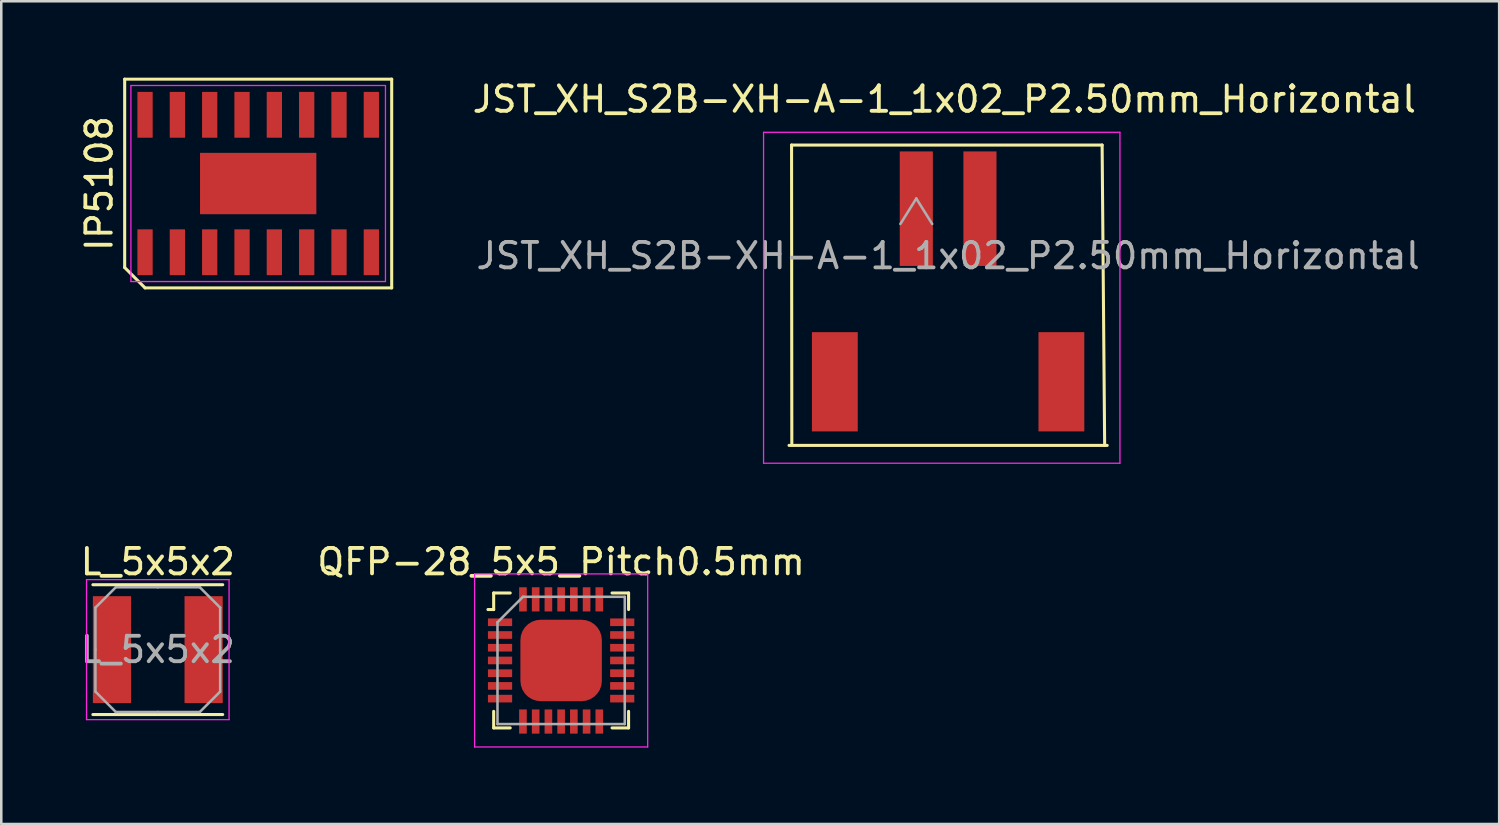
<source format=kicad_pcb>
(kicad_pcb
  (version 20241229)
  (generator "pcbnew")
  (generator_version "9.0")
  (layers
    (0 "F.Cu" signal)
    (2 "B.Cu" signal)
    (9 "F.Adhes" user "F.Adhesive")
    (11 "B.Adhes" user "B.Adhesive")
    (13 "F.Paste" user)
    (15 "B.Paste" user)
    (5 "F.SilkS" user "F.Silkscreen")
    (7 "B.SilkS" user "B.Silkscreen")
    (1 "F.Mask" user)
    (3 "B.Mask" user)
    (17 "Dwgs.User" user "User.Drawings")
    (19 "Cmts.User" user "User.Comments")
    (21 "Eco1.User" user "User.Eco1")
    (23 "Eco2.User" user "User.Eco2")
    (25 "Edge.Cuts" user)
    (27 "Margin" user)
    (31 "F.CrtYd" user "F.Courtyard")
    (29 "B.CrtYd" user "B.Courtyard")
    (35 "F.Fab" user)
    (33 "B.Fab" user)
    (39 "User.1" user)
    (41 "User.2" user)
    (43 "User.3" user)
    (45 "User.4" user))
  (footprint "JST_XH_S2B-XH-A-1_1x02_P2.50mm_Horizontal"
    (layer "F.Cu")
    (at 32.947 5.148)
    (property "Reference" "JST_XH_S2B-XH-A-1_1x02_P2.50mm_Horizontal" (at 1.1 -4.3 180) (layer "F.SilkS") (effects (font (size 1 1) (thickness 0.15))))
    (attr through_hole)
    (fp_line (start -5 9.3) (end 7.5 9.3) (stroke (width 0.12) (type solid)) (layer "F.SilkS"))
    (fp_line (start -4.89 9.22) (end -4.9 -2.5) (stroke (width 0.12) (type solid)) (layer "F.SilkS"))
    (fp_line (start 7.3 -2.5) (end -4.9 -2.5) (stroke (width 0.12) (type solid)) (layer "F.SilkS"))
    (fp_line (start 7.4 9.3) (end 7.3 -2.5) (stroke (width 0.12) (type solid)) (layer "F.SilkS"))
    (fp_line (start -6 -3) (end -6 10) (stroke (width 0.05) (type solid)) (layer "F.CrtYd"))
    (fp_line (start -6 10) (end 8 10) (stroke (width 0.05) (type solid)) (layer "F.CrtYd"))
    (fp_line (start 8 -3) (end -6 -3) (stroke (width 0.05) (type solid)) (layer "F.CrtYd"))
    (fp_line (start 8 10) (end 8 -3) (stroke (width 0.05) (type solid)) (layer "F.CrtYd"))
    (fp_line (start -0.625 0.6) (end 0 -0.4) (stroke (width 0.1) (type solid)) (layer "F.Fab"))
    (fp_line (start 0 -0.4) (end 0.625 0.6) (stroke (width 0.1) (type solid)) (layer "F.Fab"))
    (fp_text user "${REFERENCE}" (at 1.25 1.85 180) (layer "F.Fab") (effects (font (size 1 1) (thickness 0.15))))
    (pad "1" smd rect (at 0 0) (size 1.3 4.5) (layers "F.Cu" "F.Mask" "F.Paste"))
    (pad "2" smd rect (at 2.5 0) (size 1.3 4.5) (layers "F.Cu" "F.Mask" "F.Paste"))
    (pad "3" smd rect (at 5.7 6.8) (size 1.8 3.9) (layers "F.Cu" "F.Mask" "F.Paste"))
    (pad "4" smd rect (at -3.2 6.8) (size 1.8 3.9) (layers "F.Cu" "F.Mask" "F.Paste")))
  (footprint "QFP-28_5x5_Pitch0.5mm"
    (layer "F.Cu")
    (at 18.994 22.896)
    (property "Reference" "QFP-28_5x5_Pitch0.5mm" (at 0 -3.875 0) (layer "F.SilkS") (effects (font (size 1 1) (thickness 0.15))))
    (attr smd)
    (fp_line (start -2.65 -2.65) (end -2.65 -2) (stroke (width 0.12) (type solid)) (layer "F.SilkS"))
    (fp_line (start -2.65 -2) (end -2.875 -2) (stroke (width 0.12) (type solid)) (layer "F.SilkS"))
    (fp_line (start -2.65 2.65) (end -2.65 2) (stroke (width 0.12) (type solid)) (layer "F.SilkS"))
    (fp_line (start -2 -2.65) (end -2.65 -2.65) (stroke (width 0.12) (type solid)) (layer "F.SilkS"))
    (fp_line (start -2 2.65) (end -2.65 2.65) (stroke (width 0.12) (type solid)) (layer "F.SilkS"))
    (fp_line (start 2 -2.65) (end 2.65 -2.65) (stroke (width 0.12) (type solid)) (layer "F.SilkS"))
    (fp_line (start 2 2.65) (end 2.65 2.65) (stroke (width 0.12) (type solid)) (layer "F.SilkS"))
    (fp_line (start 2.65 -2.65) (end 2.65 -2) (stroke (width 0.12) (type solid)) (layer "F.SilkS"))
    (fp_line (start 2.65 2.65) (end 2.65 2) (stroke (width 0.12) (type solid)) (layer "F.SilkS"))
    (fp_line (start -3.4 -3.4) (end 3.4 -3.4) (stroke (width 0.05) (type solid)) (layer "F.CrtYd"))
    (fp_line (start -3.4 3.4) (end -3.4 -3.4) (stroke (width 0.05) (type solid)) (layer "F.CrtYd"))
    (fp_line (start 3.4 -3.4) (end 3.4 3.4) (stroke (width 0.05) (type solid)) (layer "F.CrtYd"))
    (fp_line (start 3.4 3.4) (end -3.4 3.4) (stroke (width 0.05) (type solid)) (layer "F.CrtYd"))
    (fp_line (start -2.5 -1.5) (end -2.5 2.5) (stroke (width 0.1) (type solid)) (layer "F.Fab"))
    (fp_line (start -2.5 2.5) (end 2.5 2.5) (stroke (width 0.1) (type solid)) (layer "F.Fab"))
    (fp_line (start -1.5 -2.5) (end -2.5 -1.5) (stroke (width 0.1) (type solid)) (layer "F.Fab"))
    (fp_line (start 2.5 -2.5) (end -1.5 -2.5) (stroke (width 0.1) (type solid)) (layer "F.Fab"))
    (fp_line (start 2.5 2.5) (end 2.5 -2.5) (stroke (width 0.1) (type solid)) (layer "F.Fab"))
    (pad "1" smd rect (at -2.4 -1.5 90) (size 0.3 0.95) (layers "F.Cu" "F.Mask" "F.Paste"))
    (pad "2" smd rect (at -2.4 -1 90) (size 0.3 0.95) (layers "F.Cu" "F.Mask" "F.Paste"))
    (pad "3" smd rect (at -2.4 -0.5 90) (size 0.3 0.95) (layers "F.Cu" "F.Mask" "F.Paste"))
    (pad "4" smd rect (at -2.4 0 90) (size 0.3 0.95) (layers "F.Cu" "F.Mask" "F.Paste"))
    (pad "5" smd rect (at -2.4 0.5 90) (size 0.3 0.95) (layers "F.Cu" "F.Mask" "F.Paste"))
    (pad "6" smd rect (at -2.4 1 90) (size 0.3 0.95) (layers "F.Cu" "F.Mask" "F.Paste"))
    (pad "7" smd rect (at -2.4 1.5 90) (size 0.3 0.95) (layers "F.Cu" "F.Mask" "F.Paste"))
    (pad "8" smd rect (at -1.5 2.4) (size 0.3 0.95) (layers "F.Cu" "F.Mask" "F.Paste"))
    (pad "9" smd rect (at -1 2.4) (size 0.3 0.95) (layers "F.Cu" "F.Mask" "F.Paste"))
    (pad "10" smd rect (at -0.5 2.4) (size 0.3 0.95) (layers "F.Cu" "F.Mask" "F.Paste"))
    (pad "11" smd rect (at 0 2.4) (size 0.3 0.95) (layers "F.Cu" "F.Mask" "F.Paste"))
    (pad "12" smd rect (at 0.5 2.4) (size 0.3 0.95) (layers "F.Cu" "F.Mask" "F.Paste"))
    (pad "13" smd rect (at 1 2.4) (size 0.3 0.95) (layers "F.Cu" "F.Mask" "F.Paste"))
    (pad "14" smd rect (at 1.5 2.4) (size 0.3 0.95) (layers "F.Cu" "F.Mask" "F.Paste"))
    (pad "15" smd rect (at 2.4 1.5 90) (size 0.3 0.95) (layers "F.Cu" "F.Mask" "F.Paste"))
    (pad "16" smd rect (at 2.4 1 90) (size 0.3 0.95) (layers "F.Cu" "F.Mask" "F.Paste"))
    (pad "17" smd rect (at 2.4 0.5 90) (size 0.3 0.95) (layers "F.Cu" "F.Mask" "F.Paste"))
    (pad "18" smd rect (at 2.4 0 90) (size 0.3 0.95) (layers "F.Cu" "F.Mask" "F.Paste"))
    (pad "19" smd rect (at 2.4 -0.5 90) (size 0.3 0.95) (layers "F.Cu" "F.Mask" "F.Paste"))
    (pad "20" smd rect (at 2.4 -1 90) (size 0.3 0.95) (layers "F.Cu" "F.Mask" "F.Paste"))
    (pad "21" smd rect (at 2.4 -1.5 90) (size 0.3 0.95) (layers "F.Cu" "F.Mask" "F.Paste"))
    (pad "22" smd rect (at 1.5 -2.4) (size 0.3 0.95) (layers "F.Cu" "F.Mask" "F.Paste"))
    (pad "23" smd rect (at 1 -2.4) (size 0.3 0.95) (layers "F.Cu" "F.Mask" "F.Paste"))
    (pad "24" smd rect (at 0.5 -2.4) (size 0.3 0.95) (layers "F.Cu" "F.Mask" "F.Paste"))
    (pad "25" smd rect (at 0 -2.4) (size 0.3 0.95) (layers "F.Cu" "F.Mask" "F.Paste"))
    (pad "26" smd rect (at -0.5 -2.4) (size 0.3 0.95) (layers "F.Cu" "F.Mask" "F.Paste"))
    (pad "27" smd rect (at -1 -2.4) (size 0.3 0.95) (layers "F.Cu" "F.Mask" "F.Paste"))
    (pad "28" smd rect (at -1.5 -2.4) (size 0.3 0.95) (layers "F.Cu" "F.Mask" "F.Paste"))
    (pad "29" smd roundrect (at 0 0) (size 3.2 3.2) (layers "F.Cu" "F.Mask" "F.Paste") (roundrect_rratio 0.25)))
  (footprint "IP5108"
    (layer "F.Cu")
    (at 7.093 4.16)
    (property "Reference" "IP5108" (at -6.245 0 90) (layer "F.SilkS") (effects (font (size 1 1) (thickness 0.15))))
    (attr smd)
    (fp_line (start -5.245 -4.1) (end 5.245 -4.1) (stroke (width 0.12) (type solid)) (layer "F.SilkS"))
    (fp_line (start -5.245 3.3) (end -5.245 -4.1) (stroke (width 0.12) (type solid)) (layer "F.SilkS"))
    (fp_line (start -4.445 4.1) (end -5.245 3.3) (stroke (width 0.12) (type solid)) (layer "F.SilkS"))
    (fp_line (start 5.245 -4.1) (end 5.245 4.1) (stroke (width 0.12) (type solid)) (layer "F.SilkS"))
    (fp_line (start 5.245 4.1) (end -4.445 4.1) (stroke (width 0.12) (type solid)) (layer "F.SilkS"))
    (fp_line (start -5 -3.85) (end 5 -3.85) (stroke (width 0.05) (type solid)) (layer "F.CrtYd"))
    (fp_line (start -5 3.85) (end -5 -3.85) (stroke (width 0.05) (type solid)) (layer "F.CrtYd"))
    (fp_line (start 5 -3.85) (end 5 3.85) (stroke (width 0.05) (type solid)) (layer "F.CrtYd"))
    (fp_line (start 5 3.85) (end -5 3.85) (stroke (width 0.05) (type solid)) (layer "F.CrtYd"))
    (pad "1" smd rect (at -4.445 2.7) (size 0.6 1.8) (layers "F.Cu" "F.Mask" "F.Paste"))
    (pad "2" smd rect (at -3.175 2.7) (size 0.6 1.8) (layers "F.Cu" "F.Mask" "F.Paste"))
    (pad "3" smd rect (at -1.905 2.7) (size 0.6 1.8) (layers "F.Cu" "F.Mask" "F.Paste"))
    (pad "4" smd rect (at -0.635 2.7) (size 0.6 1.8) (layers "F.Cu" "F.Mask" "F.Paste"))
    (pad "5" smd rect (at 0.635 2.7) (size 0.6 1.8) (layers "F.Cu" "F.Mask" "F.Paste"))
    (pad "6" smd rect (at 1.905 2.7) (size 0.6 1.8) (layers "F.Cu" "F.Mask" "F.Paste"))
    (pad "7" smd rect (at 3.175 2.7) (size 0.6 1.8) (layers "F.Cu" "F.Mask" "F.Paste"))
    (pad "8" smd rect (at 4.445 2.7) (size 0.6 1.8) (layers "F.Cu" "F.Mask" "F.Paste"))
    (pad "9" smd rect (at 4.445 -2.7) (size 0.6 1.8) (layers "F.Cu" "F.Mask" "F.Paste"))
    (pad "10" smd rect (at 3.175 -2.7) (size 0.6 1.8) (layers "F.Cu" "F.Mask" "F.Paste"))
    (pad "11" smd rect (at 1.905 -2.7) (size 0.6 1.8) (layers "F.Cu" "F.Mask" "F.Paste"))
    (pad "12" smd rect (at 0.635 -2.7) (size 0.6 1.8) (layers "F.Cu" "F.Mask" "F.Paste"))
    (pad "13" smd rect (at -0.635 -2.7) (size 0.6 1.8) (layers "F.Cu" "F.Mask" "F.Paste"))
    (pad "14" smd rect (at -1.905 -2.7) (size 0.6 1.8) (layers "F.Cu" "F.Mask" "F.Paste"))
    (pad "15" smd rect (at -3.175 -2.7) (size 0.6 1.8) (layers "F.Cu" "F.Mask" "F.Paste"))
    (pad "16" smd rect (at -4.445 -2.7) (size 0.6 1.8) (layers "F.Cu" "F.Mask" "F.Paste"))
    (pad "17" smd rect (at 0 0) (size 4.57 2.41) (layers "F.Cu" "F.Mask" "F.Paste")))
  (footprint "L_5x5x2"
    (layer "F.Cu")
    (at 3.149 22.471)
    (property "Reference" "L_5x5x2" (at 0 -3.45 0) (layer "F.SilkS") (effects (font (size 1 1) (thickness 0.15))))
    (attr smd)
    (fp_line (start -2.55 -2.55) (end 2.55 -2.55) (stroke (width 0.12) (type solid)) (layer "F.SilkS"))
    (fp_line (start -2.55 2.55) (end 2.55 2.55) (stroke (width 0.12) (type solid)) (layer "F.SilkS"))
    (fp_line (start -2.8 -2.75) (end -2.8 2.75) (stroke (width 0.05) (type solid)) (layer "F.CrtYd"))
    (fp_line (start -2.8 2.75) (end 2.8 2.75) (stroke (width 0.05) (type solid)) (layer "F.CrtYd"))
    (fp_line (start 2.8 -2.75) (end -2.8 -2.75) (stroke (width 0.05) (type solid)) (layer "F.CrtYd"))
    (fp_line (start 2.8 2.75) (end 2.8 -2.75) (stroke (width 0.05) (type solid)) (layer "F.CrtYd"))
    (fp_line (start -2.45 -1.65) (end -1.65 -2.45) (stroke (width 0.1) (type solid)) (layer "F.Fab"))
    (fp_line (start -2.45 0) (end -2.45 -1.65) (stroke (width 0.1) (type solid)) (layer "F.Fab"))
    (fp_line (start -2.45 0) (end -2.45 1.65) (stroke (width 0.1) (type solid)) (layer "F.Fab"))
    (fp_line (start -2.45 1.65) (end -1.65 2.45) (stroke (width 0.1) (type solid)) (layer "F.Fab"))
    (fp_line (start -1.65 -2.45) (end 0 -2.45) (stroke (width 0.1) (type solid)) (layer "F.Fab"))
    (fp_line (start -1.65 2.45) (end 0 2.45) (stroke (width 0.1) (type solid)) (layer "F.Fab"))
    (fp_line (start 1.65 -2.45) (end 0 -2.45) (stroke (width 0.1) (type solid)) (layer "F.Fab"))
    (fp_line (start 1.65 2.45) (end 0 2.45) (stroke (width 0.1) (type solid)) (layer "F.Fab"))
    (fp_line (start 2.45 -1.65) (end 1.65 -2.45) (stroke (width 0.1) (type solid)) (layer "F.Fab"))
    (fp_line (start 2.45 0) (end 2.45 -1.65) (stroke (width 0.1) (type solid)) (layer "F.Fab"))
    (fp_line (start 2.45 0) (end 2.45 1.65) (stroke (width 0.1) (type solid)) (layer "F.Fab"))
    (fp_line (start 2.45 1.65) (end 1.65 2.45) (stroke (width 0.1) (type solid)) (layer "F.Fab"))
    (fp_text user "${REFERENCE}" (at 0 0 0) (layer "F.Fab") (effects (font (size 1 1) (thickness 0.15))))
    (pad "1" smd rect (at -1.8 0) (size 1.5 4.2) (layers "F.Cu" "F.Mask" "F.Paste"))
    (pad "2" smd rect (at 1.8 0) (size 1.5 4.2) (layers "F.Cu" "F.Mask" "F.Paste")))
  (gr_rect
    (start -3 -3)
    (end 55.846 29.322)
    (stroke (width 0.1) (type default))
    (fill no)
    (layer "Edge.Cuts")))
</source>
